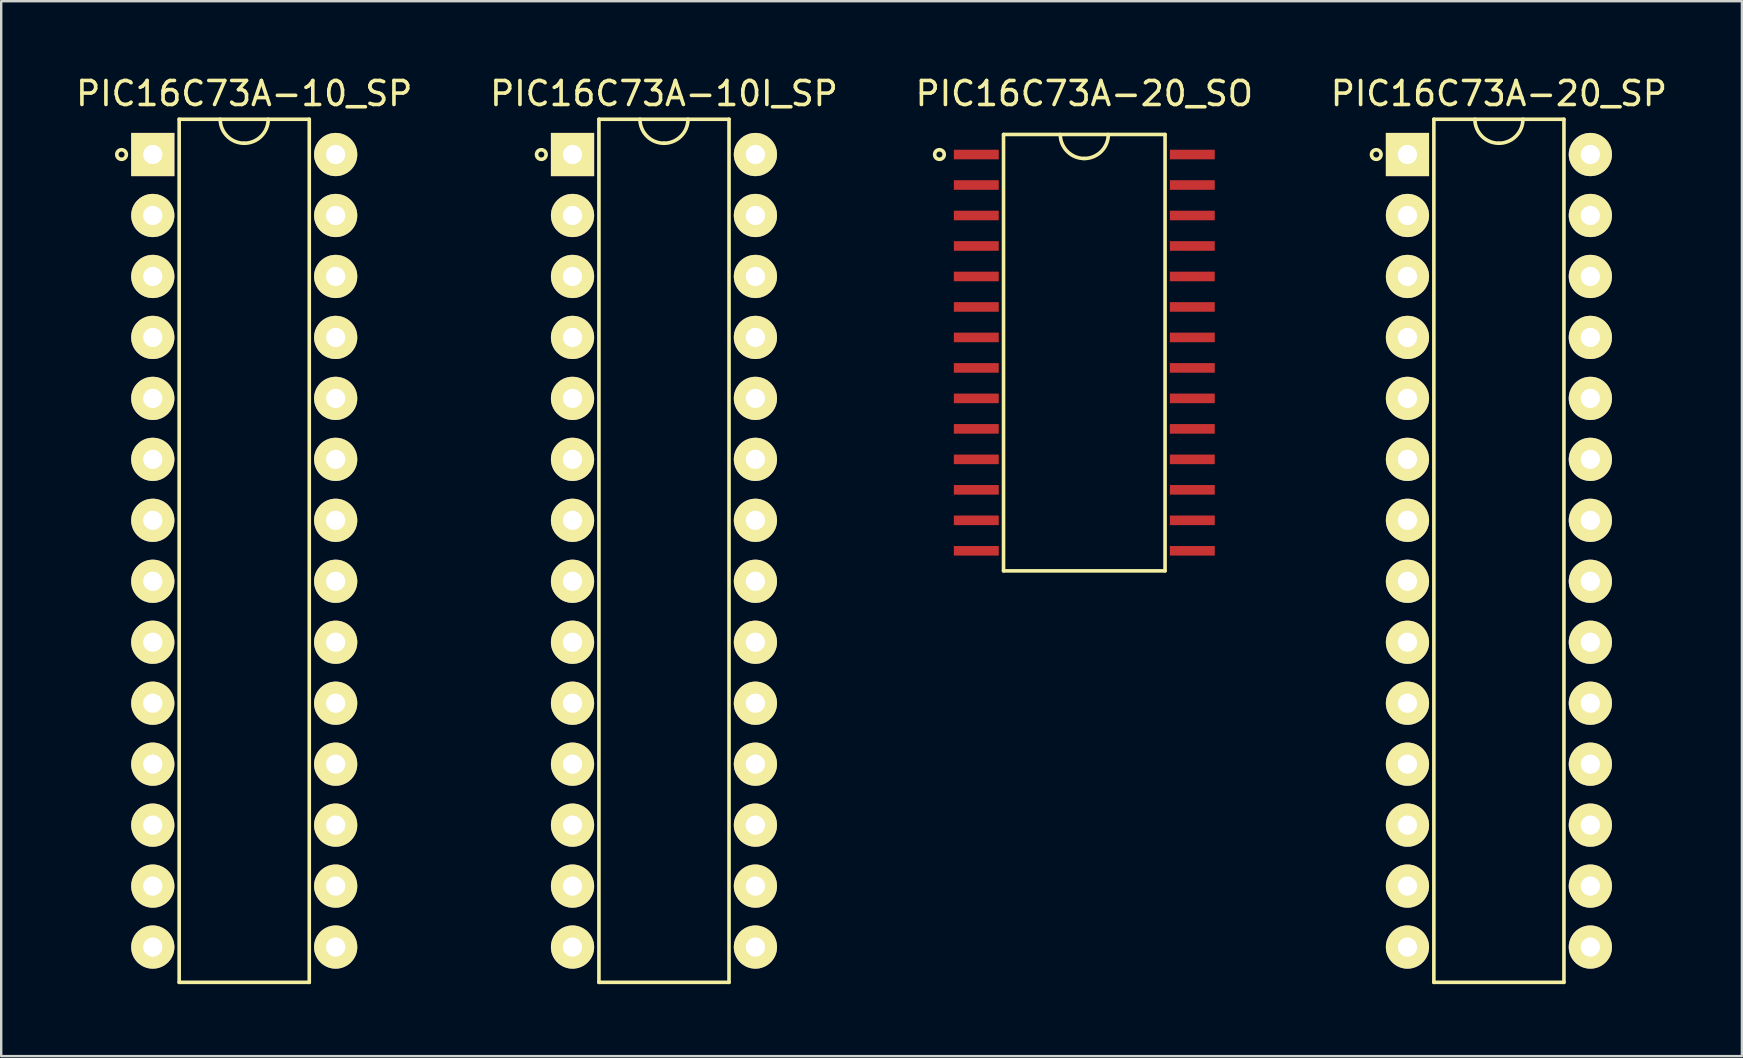
<source format=kicad_pcb>
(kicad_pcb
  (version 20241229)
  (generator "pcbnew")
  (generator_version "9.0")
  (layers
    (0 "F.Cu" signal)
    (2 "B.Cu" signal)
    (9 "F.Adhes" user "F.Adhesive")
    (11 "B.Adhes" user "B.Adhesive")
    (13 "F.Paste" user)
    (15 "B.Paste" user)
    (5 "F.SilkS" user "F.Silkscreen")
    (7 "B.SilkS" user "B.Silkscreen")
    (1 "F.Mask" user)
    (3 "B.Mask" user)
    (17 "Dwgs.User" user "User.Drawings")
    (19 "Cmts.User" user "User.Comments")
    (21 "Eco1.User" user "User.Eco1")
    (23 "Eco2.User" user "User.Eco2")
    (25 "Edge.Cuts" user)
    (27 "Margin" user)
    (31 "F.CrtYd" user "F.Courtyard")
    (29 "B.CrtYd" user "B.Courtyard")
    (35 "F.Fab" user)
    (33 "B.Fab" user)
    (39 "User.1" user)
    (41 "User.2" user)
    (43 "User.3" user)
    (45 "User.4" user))
  (footprint "PIC16C73A-20_SO"
    (layer "F.Cu")
    (at 37.625 3.388)
    (property "Reference" "PIC16C73A-20_SO" (at 4.5 -2.54 0) (layer "F.SilkS") (effects (font (size 1 1) (thickness 0.15))))
    (attr through_hole)
    (fp_line (start 1.135 -0.835) (end 7.865 -0.835) (stroke (width 0.15) (type solid)) (layer "F.SilkS"))
    (fp_line (start 1.135 17.345) (end 1.135 -0.835) (stroke (width 0.15) (type solid)) (layer "F.SilkS"))
    (fp_line (start 7.865 -0.835) (end 7.865 17.345) (stroke (width 0.15) (type solid)) (layer "F.SilkS"))
    (fp_line (start 7.865 17.345) (end 1.135 17.345) (stroke (width 0.15) (type solid)) (layer "F.SilkS"))
    (fp_arc (start 4.5 0.165) (mid 3.792893 -0.127893) (end 3.5 -0.835) (stroke (width 0.15) (type solid)) (layer "F.SilkS"))
    (fp_arc (start 5.5 -0.835) (mid 5.207107 -0.127893) (end 4.5 0.165) (stroke (width 0.15) (type solid)) (layer "F.SilkS"))
    (fp_circle (center -1.535 0) (end -1.535 0.2) (stroke (width 0.15) (type solid)) (fill no) (layer "F.SilkS"))
    (pad "1" smd rect (at 0 0) (size 1.87 0.4) (layers "F.Cu" "F.Mask" "F.Paste"))
    (pad "2" smd rect (at 0 1.27) (size 1.87 0.4) (layers "F.Cu" "F.Mask" "F.Paste"))
    (pad "3" smd rect (at 0 2.54) (size 1.87 0.4) (layers "F.Cu" "F.Mask" "F.Paste"))
    (pad "4" smd rect (at 0 3.81) (size 1.87 0.4) (layers "F.Cu" "F.Mask" "F.Paste"))
    (pad "5" smd rect (at 0 5.08) (size 1.87 0.4) (layers "F.Cu" "F.Mask" "F.Paste"))
    (pad "6" smd rect (at 0 6.35) (size 1.87 0.4) (layers "F.Cu" "F.Mask" "F.Paste"))
    (pad "7" smd rect (at 0 7.62) (size 1.87 0.4) (layers "F.Cu" "F.Mask" "F.Paste"))
    (pad "8" smd rect (at 0 8.89) (size 1.87 0.4) (layers "F.Cu" "F.Mask" "F.Paste"))
    (pad "9" smd rect (at 0 10.16) (size 1.87 0.4) (layers "F.Cu" "F.Mask" "F.Paste"))
    (pad "10" smd rect (at 0 11.43) (size 1.87 0.4) (layers "F.Cu" "F.Mask" "F.Paste"))
    (pad "11" smd rect (at 0 12.7) (size 1.87 0.4) (layers "F.Cu" "F.Mask" "F.Paste"))
    (pad "12" smd rect (at 0 13.97) (size 1.87 0.4) (layers "F.Cu" "F.Mask" "F.Paste"))
    (pad "13" smd rect (at 0 15.24) (size 1.87 0.4) (layers "F.Cu" "F.Mask" "F.Paste"))
    (pad "14" smd rect (at 0 16.51) (size 1.87 0.4) (layers "F.Cu" "F.Mask" "F.Paste"))
    (pad "15" smd rect (at 9 16.51) (size 1.87 0.4) (layers "F.Cu" "F.Mask" "F.Paste"))
    (pad "16" smd rect (at 9 15.24) (size 1.87 0.4) (layers "F.Cu" "F.Mask" "F.Paste"))
    (pad "17" smd rect (at 9 13.97) (size 1.87 0.4) (layers "F.Cu" "F.Mask" "F.Paste"))
    (pad "18" smd rect (at 9 12.7) (size 1.87 0.4) (layers "F.Cu" "F.Mask" "F.Paste"))
    (pad "19" smd rect (at 9 11.43) (size 1.87 0.4) (layers "F.Cu" "F.Mask" "F.Paste"))
    (pad "20" smd rect (at 9 10.16) (size 1.87 0.4) (layers "F.Cu" "F.Mask" "F.Paste"))
    (pad "21" smd rect (at 9 8.89) (size 1.87 0.4) (layers "F.Cu" "F.Mask" "F.Paste"))
    (pad "22" smd rect (at 9 7.62) (size 1.87 0.4) (layers "F.Cu" "F.Mask" "F.Paste"))
    (pad "23" smd rect (at 9 6.35) (size 1.87 0.4) (layers "F.Cu" "F.Mask" "F.Paste"))
    (pad "24" smd rect (at 9 5.08) (size 1.87 0.4) (layers "F.Cu" "F.Mask" "F.Paste"))
    (pad "25" smd rect (at 9 3.81) (size 1.87 0.4) (layers "F.Cu" "F.Mask" "F.Paste"))
    (pad "26" smd rect (at 9 2.54) (size 1.87 0.4) (layers "F.Cu" "F.Mask" "F.Paste"))
    (pad "27" smd rect (at 9 1.27) (size 1.87 0.4) (layers "F.Cu" "F.Mask" "F.Paste"))
    (pad "28" smd rect (at 9 0) (size 1.87 0.4) (layers "F.Cu" "F.Mask" "F.Paste")))
  (footprint "PIC16C73A-10I_SP"
    (layer "F.Cu")
    (at 20.803 3.388)
    (property "Reference" "PIC16C73A-10I_SP" (at 3.81 -2.54 0) (layer "F.SilkS") (effects (font (size 1 1) (thickness 0.15))))
    (attr through_hole)
    (fp_line (start 1.1 -1.47) (end 6.52 -1.47) (stroke (width 0.15) (type solid)) (layer "F.SilkS"))
    (fp_line (start 1.1 34.49) (end 1.1 -1.47) (stroke (width 0.15) (type solid)) (layer "F.SilkS"))
    (fp_line (start 6.52 -1.47) (end 6.52 34.49) (stroke (width 0.15) (type solid)) (layer "F.SilkS"))
    (fp_line (start 6.52 34.49) (end 1.1 34.49) (stroke (width 0.15) (type solid)) (layer "F.SilkS"))
    (fp_arc (start 3.81 -0.47) (mid 3.102893 -0.762893) (end 2.81 -1.47) (stroke (width 0.15) (type solid)) (layer "F.SilkS"))
    (fp_arc (start 4.81 -1.47) (mid 4.517107 -0.762893) (end 3.81 -0.47) (stroke (width 0.15) (type solid)) (layer "F.SilkS"))
    (fp_circle (center -1.3 0) (end -1.3 0.2) (stroke (width 0.15) (type solid)) (fill no) (layer "F.SilkS"))
    (pad "1" thru_hole rect (at 0 0) (size 1.8 1.8) (drill 0.8) (layers "*.Cu" "*.Mask" "F.SilkS"))
    (pad "2" thru_hole circle (at 0 2.54) (size 1.8 1.8) (drill 0.8) (layers "*.Cu" "*.Mask" "F.SilkS"))
    (pad "3" thru_hole circle (at 0 5.08) (size 1.8 1.8) (drill 0.8) (layers "*.Cu" "*.Mask" "F.SilkS"))
    (pad "4" thru_hole circle (at 0 7.62) (size 1.8 1.8) (drill 0.8) (layers "*.Cu" "*.Mask" "F.SilkS"))
    (pad "5" thru_hole circle (at 0 10.16) (size 1.8 1.8) (drill 0.8) (layers "*.Cu" "*.Mask" "F.SilkS"))
    (pad "6" thru_hole circle (at 0 12.7) (size 1.8 1.8) (drill 0.8) (layers "*.Cu" "*.Mask" "F.SilkS"))
    (pad "7" thru_hole circle (at 0 15.24) (size 1.8 1.8) (drill 0.8) (layers "*.Cu" "*.Mask" "F.SilkS"))
    (pad "8" thru_hole circle (at 0 17.78) (size 1.8 1.8) (drill 0.8) (layers "*.Cu" "*.Mask" "F.SilkS"))
    (pad "9" thru_hole circle (at 0 20.32) (size 1.8 1.8) (drill 0.8) (layers "*.Cu" "*.Mask" "F.SilkS"))
    (pad "10" thru_hole circle (at 0 22.86) (size 1.8 1.8) (drill 0.8) (layers "*.Cu" "*.Mask" "F.SilkS"))
    (pad "11" thru_hole circle (at 0 25.4) (size 1.8 1.8) (drill 0.8) (layers "*.Cu" "*.Mask" "F.SilkS"))
    (pad "12" thru_hole circle (at 0 27.94) (size 1.8 1.8) (drill 0.8) (layers "*.Cu" "*.Mask" "F.SilkS"))
    (pad "13" thru_hole circle (at 0 30.48) (size 1.8 1.8) (drill 0.8) (layers "*.Cu" "*.Mask" "F.SilkS"))
    (pad "14" thru_hole circle (at 0 33.02) (size 1.8 1.8) (drill 0.8) (layers "*.Cu" "*.Mask" "F.SilkS"))
    (pad "15" thru_hole circle (at 7.62 33.02) (size 1.8 1.8) (drill 0.8) (layers "*.Cu" "*.Mask" "F.SilkS"))
    (pad "16" thru_hole circle (at 7.62 30.48) (size 1.8 1.8) (drill 0.8) (layers "*.Cu" "*.Mask" "F.SilkS"))
    (pad "17" thru_hole circle (at 7.62 27.94) (size 1.8 1.8) (drill 0.8) (layers "*.Cu" "*.Mask" "F.SilkS"))
    (pad "18" thru_hole circle (at 7.62 25.4) (size 1.8 1.8) (drill 0.8) (layers "*.Cu" "*.Mask" "F.SilkS"))
    (pad "19" thru_hole circle (at 7.62 22.86) (size 1.8 1.8) (drill 0.8) (layers "*.Cu" "*.Mask" "F.SilkS"))
    (pad "20" thru_hole circle (at 7.62 20.32) (size 1.8 1.8) (drill 0.8) (layers "*.Cu" "*.Mask" "F.SilkS"))
    (pad "21" thru_hole circle (at 7.62 17.78) (size 1.8 1.8) (drill 0.8) (layers "*.Cu" "*.Mask" "F.SilkS"))
    (pad "22" thru_hole circle (at 7.62 15.24) (size 1.8 1.8) (drill 0.8) (layers "*.Cu" "*.Mask" "F.SilkS"))
    (pad "23" thru_hole circle (at 7.62 12.7) (size 1.8 1.8) (drill 0.8) (layers "*.Cu" "*.Mask" "F.SilkS"))
    (pad "24" thru_hole circle (at 7.62 10.16) (size 1.8 1.8) (drill 0.8) (layers "*.Cu" "*.Mask" "F.SilkS"))
    (pad "25" thru_hole circle (at 7.62 7.62) (size 1.8 1.8) (drill 0.8) (layers "*.Cu" "*.Mask" "F.SilkS"))
    (pad "26" thru_hole circle (at 7.62 5.08) (size 1.8 1.8) (drill 0.8) (layers "*.Cu" "*.Mask" "F.SilkS"))
    (pad "27" thru_hole circle (at 7.62 2.54) (size 1.8 1.8) (drill 0.8) (layers "*.Cu" "*.Mask" "F.SilkS"))
    (pad "28" thru_hole circle (at 7.62 0) (size 1.8 1.8) (drill 0.8) (layers "*.Cu" "*.Mask" "F.SilkS")))
  (footprint "PIC16C73A-10_SP"
    (layer "F.Cu")
    (at 3.315 3.388)
    (property "Reference" "PIC16C73A-10_SP" (at 3.81 -2.54 0) (layer "F.SilkS") (effects (font (size 1 1) (thickness 0.15))))
    (attr through_hole)
    (fp_line (start 1.1 -1.47) (end 6.52 -1.47) (stroke (width 0.15) (type solid)) (layer "F.SilkS"))
    (fp_line (start 1.1 34.49) (end 1.1 -1.47) (stroke (width 0.15) (type solid)) (layer "F.SilkS"))
    (fp_line (start 6.52 -1.47) (end 6.52 34.49) (stroke (width 0.15) (type solid)) (layer "F.SilkS"))
    (fp_line (start 6.52 34.49) (end 1.1 34.49) (stroke (width 0.15) (type solid)) (layer "F.SilkS"))
    (fp_arc (start 3.81 -0.47) (mid 3.102893 -0.762893) (end 2.81 -1.47) (stroke (width 0.15) (type solid)) (layer "F.SilkS"))
    (fp_arc (start 4.81 -1.47) (mid 4.517107 -0.762893) (end 3.81 -0.47) (stroke (width 0.15) (type solid)) (layer "F.SilkS"))
    (fp_circle (center -1.3 0) (end -1.3 0.2) (stroke (width 0.15) (type solid)) (fill no) (layer "F.SilkS"))
    (pad "1" thru_hole rect (at 0 0) (size 1.8 1.8) (drill 0.8) (layers "*.Cu" "*.Mask" "F.SilkS"))
    (pad "2" thru_hole circle (at 0 2.54) (size 1.8 1.8) (drill 0.8) (layers "*.Cu" "*.Mask" "F.SilkS"))
    (pad "3" thru_hole circle (at 0 5.08) (size 1.8 1.8) (drill 0.8) (layers "*.Cu" "*.Mask" "F.SilkS"))
    (pad "4" thru_hole circle (at 0 7.62) (size 1.8 1.8) (drill 0.8) (layers "*.Cu" "*.Mask" "F.SilkS"))
    (pad "5" thru_hole circle (at 0 10.16) (size 1.8 1.8) (drill 0.8) (layers "*.Cu" "*.Mask" "F.SilkS"))
    (pad "6" thru_hole circle (at 0 12.7) (size 1.8 1.8) (drill 0.8) (layers "*.Cu" "*.Mask" "F.SilkS"))
    (pad "7" thru_hole circle (at 0 15.24) (size 1.8 1.8) (drill 0.8) (layers "*.Cu" "*.Mask" "F.SilkS"))
    (pad "8" thru_hole circle (at 0 17.78) (size 1.8 1.8) (drill 0.8) (layers "*.Cu" "*.Mask" "F.SilkS"))
    (pad "9" thru_hole circle (at 0 20.32) (size 1.8 1.8) (drill 0.8) (layers "*.Cu" "*.Mask" "F.SilkS"))
    (pad "10" thru_hole circle (at 0 22.86) (size 1.8 1.8) (drill 0.8) (layers "*.Cu" "*.Mask" "F.SilkS"))
    (pad "11" thru_hole circle (at 0 25.4) (size 1.8 1.8) (drill 0.8) (layers "*.Cu" "*.Mask" "F.SilkS"))
    (pad "12" thru_hole circle (at 0 27.94) (size 1.8 1.8) (drill 0.8) (layers "*.Cu" "*.Mask" "F.SilkS"))
    (pad "13" thru_hole circle (at 0 30.48) (size 1.8 1.8) (drill 0.8) (layers "*.Cu" "*.Mask" "F.SilkS"))
    (pad "14" thru_hole circle (at 0 33.02) (size 1.8 1.8) (drill 0.8) (layers "*.Cu" "*.Mask" "F.SilkS"))
    (pad "15" thru_hole circle (at 7.62 33.02) (size 1.8 1.8) (drill 0.8) (layers "*.Cu" "*.Mask" "F.SilkS"))
    (pad "16" thru_hole circle (at 7.62 30.48) (size 1.8 1.8) (drill 0.8) (layers "*.Cu" "*.Mask" "F.SilkS"))
    (pad "17" thru_hole circle (at 7.62 27.94) (size 1.8 1.8) (drill 0.8) (layers "*.Cu" "*.Mask" "F.SilkS"))
    (pad "18" thru_hole circle (at 7.62 25.4) (size 1.8 1.8) (drill 0.8) (layers "*.Cu" "*.Mask" "F.SilkS"))
    (pad "19" thru_hole circle (at 7.62 22.86) (size 1.8 1.8) (drill 0.8) (layers "*.Cu" "*.Mask" "F.SilkS"))
    (pad "20" thru_hole circle (at 7.62 20.32) (size 1.8 1.8) (drill 0.8) (layers "*.Cu" "*.Mask" "F.SilkS"))
    (pad "21" thru_hole circle (at 7.62 17.78) (size 1.8 1.8) (drill 0.8) (layers "*.Cu" "*.Mask" "F.SilkS"))
    (pad "22" thru_hole circle (at 7.62 15.24) (size 1.8 1.8) (drill 0.8) (layers "*.Cu" "*.Mask" "F.SilkS"))
    (pad "23" thru_hole circle (at 7.62 12.7) (size 1.8 1.8) (drill 0.8) (layers "*.Cu" "*.Mask" "F.SilkS"))
    (pad "24" thru_hole circle (at 7.62 10.16) (size 1.8 1.8) (drill 0.8) (layers "*.Cu" "*.Mask" "F.SilkS"))
    (pad "25" thru_hole circle (at 7.62 7.62) (size 1.8 1.8) (drill 0.8) (layers "*.Cu" "*.Mask" "F.SilkS"))
    (pad "26" thru_hole circle (at 7.62 5.08) (size 1.8 1.8) (drill 0.8) (layers "*.Cu" "*.Mask" "F.SilkS"))
    (pad "27" thru_hole circle (at 7.62 2.54) (size 1.8 1.8) (drill 0.8) (layers "*.Cu" "*.Mask" "F.SilkS"))
    (pad "28" thru_hole circle (at 7.62 0) (size 1.8 1.8) (drill 0.8) (layers "*.Cu" "*.Mask" "F.SilkS")))
  (footprint "PIC16C73A-20_SP"
    (layer "F.Cu")
    (at 55.589 3.388)
    (property "Reference" "PIC16C73A-20_SP" (at 3.81 -2.54 0) (layer "F.SilkS") (effects (font (size 1 1) (thickness 0.15))))
    (attr through_hole)
    (fp_line (start 1.1 -1.47) (end 6.52 -1.47) (stroke (width 0.15) (type solid)) (layer "F.SilkS"))
    (fp_line (start 1.1 34.49) (end 1.1 -1.47) (stroke (width 0.15) (type solid)) (layer "F.SilkS"))
    (fp_line (start 6.52 -1.47) (end 6.52 34.49) (stroke (width 0.15) (type solid)) (layer "F.SilkS"))
    (fp_line (start 6.52 34.49) (end 1.1 34.49) (stroke (width 0.15) (type solid)) (layer "F.SilkS"))
    (fp_arc (start 3.81 -0.47) (mid 3.102893 -0.762893) (end 2.81 -1.47) (stroke (width 0.15) (type solid)) (layer "F.SilkS"))
    (fp_arc (start 4.81 -1.47) (mid 4.517107 -0.762893) (end 3.81 -0.47) (stroke (width 0.15) (type solid)) (layer "F.SilkS"))
    (fp_circle (center -1.3 0) (end -1.3 0.2) (stroke (width 0.15) (type solid)) (fill no) (layer "F.SilkS"))
    (pad "1" thru_hole rect (at 0 0) (size 1.8 1.8) (drill 0.8) (layers "*.Cu" "*.Mask" "F.SilkS"))
    (pad "2" thru_hole circle (at 0 2.54) (size 1.8 1.8) (drill 0.8) (layers "*.Cu" "*.Mask" "F.SilkS"))
    (pad "3" thru_hole circle (at 0 5.08) (size 1.8 1.8) (drill 0.8) (layers "*.Cu" "*.Mask" "F.SilkS"))
    (pad "4" thru_hole circle (at 0 7.62) (size 1.8 1.8) (drill 0.8) (layers "*.Cu" "*.Mask" "F.SilkS"))
    (pad "5" thru_hole circle (at 0 10.16) (size 1.8 1.8) (drill 0.8) (layers "*.Cu" "*.Mask" "F.SilkS"))
    (pad "6" thru_hole circle (at 0 12.7) (size 1.8 1.8) (drill 0.8) (layers "*.Cu" "*.Mask" "F.SilkS"))
    (pad "7" thru_hole circle (at 0 15.24) (size 1.8 1.8) (drill 0.8) (layers "*.Cu" "*.Mask" "F.SilkS"))
    (pad "8" thru_hole circle (at 0 17.78) (size 1.8 1.8) (drill 0.8) (layers "*.Cu" "*.Mask" "F.SilkS"))
    (pad "9" thru_hole circle (at 0 20.32) (size 1.8 1.8) (drill 0.8) (layers "*.Cu" "*.Mask" "F.SilkS"))
    (pad "10" thru_hole circle (at 0 22.86) (size 1.8 1.8) (drill 0.8) (layers "*.Cu" "*.Mask" "F.SilkS"))
    (pad "11" thru_hole circle (at 0 25.4) (size 1.8 1.8) (drill 0.8) (layers "*.Cu" "*.Mask" "F.SilkS"))
    (pad "12" thru_hole circle (at 0 27.94) (size 1.8 1.8) (drill 0.8) (layers "*.Cu" "*.Mask" "F.SilkS"))
    (pad "13" thru_hole circle (at 0 30.48) (size 1.8 1.8) (drill 0.8) (layers "*.Cu" "*.Mask" "F.SilkS"))
    (pad "14" thru_hole circle (at 0 33.02) (size 1.8 1.8) (drill 0.8) (layers "*.Cu" "*.Mask" "F.SilkS"))
    (pad "15" thru_hole circle (at 7.62 33.02) (size 1.8 1.8) (drill 0.8) (layers "*.Cu" "*.Mask" "F.SilkS"))
    (pad "16" thru_hole circle (at 7.62 30.48) (size 1.8 1.8) (drill 0.8) (layers "*.Cu" "*.Mask" "F.SilkS"))
    (pad "17" thru_hole circle (at 7.62 27.94) (size 1.8 1.8) (drill 0.8) (layers "*.Cu" "*.Mask" "F.SilkS"))
    (pad "18" thru_hole circle (at 7.62 25.4) (size 1.8 1.8) (drill 0.8) (layers "*.Cu" "*.Mask" "F.SilkS"))
    (pad "19" thru_hole circle (at 7.62 22.86) (size 1.8 1.8) (drill 0.8) (layers "*.Cu" "*.Mask" "F.SilkS"))
    (pad "20" thru_hole circle (at 7.62 20.32) (size 1.8 1.8) (drill 0.8) (layers "*.Cu" "*.Mask" "F.SilkS"))
    (pad "21" thru_hole circle (at 7.62 17.78) (size 1.8 1.8) (drill 0.8) (layers "*.Cu" "*.Mask" "F.SilkS"))
    (pad "22" thru_hole circle (at 7.62 15.24) (size 1.8 1.8) (drill 0.8) (layers "*.Cu" "*.Mask" "F.SilkS"))
    (pad "23" thru_hole circle (at 7.62 12.7) (size 1.8 1.8) (drill 0.8) (layers "*.Cu" "*.Mask" "F.SilkS"))
    (pad "24" thru_hole circle (at 7.62 10.16) (size 1.8 1.8) (drill 0.8) (layers "*.Cu" "*.Mask" "F.SilkS"))
    (pad "25" thru_hole circle (at 7.62 7.62) (size 1.8 1.8) (drill 0.8) (layers "*.Cu" "*.Mask" "F.SilkS"))
    (pad "26" thru_hole circle (at 7.62 5.08) (size 1.8 1.8) (drill 0.8) (layers "*.Cu" "*.Mask" "F.SilkS"))
    (pad "27" thru_hole circle (at 7.62 2.54) (size 1.8 1.8) (drill 0.8) (layers "*.Cu" "*.Mask" "F.SilkS"))
    (pad "28" thru_hole circle (at 7.62 0) (size 1.8 1.8) (drill 0.8) (layers "*.Cu" "*.Mask" "F.SilkS")))
  (gr_rect
    (start -3 -3)
    (end 69.524 40.953)
    (stroke (width 0.1) (type default))
    (fill no)
    (layer "Edge.Cuts")))
</source>
